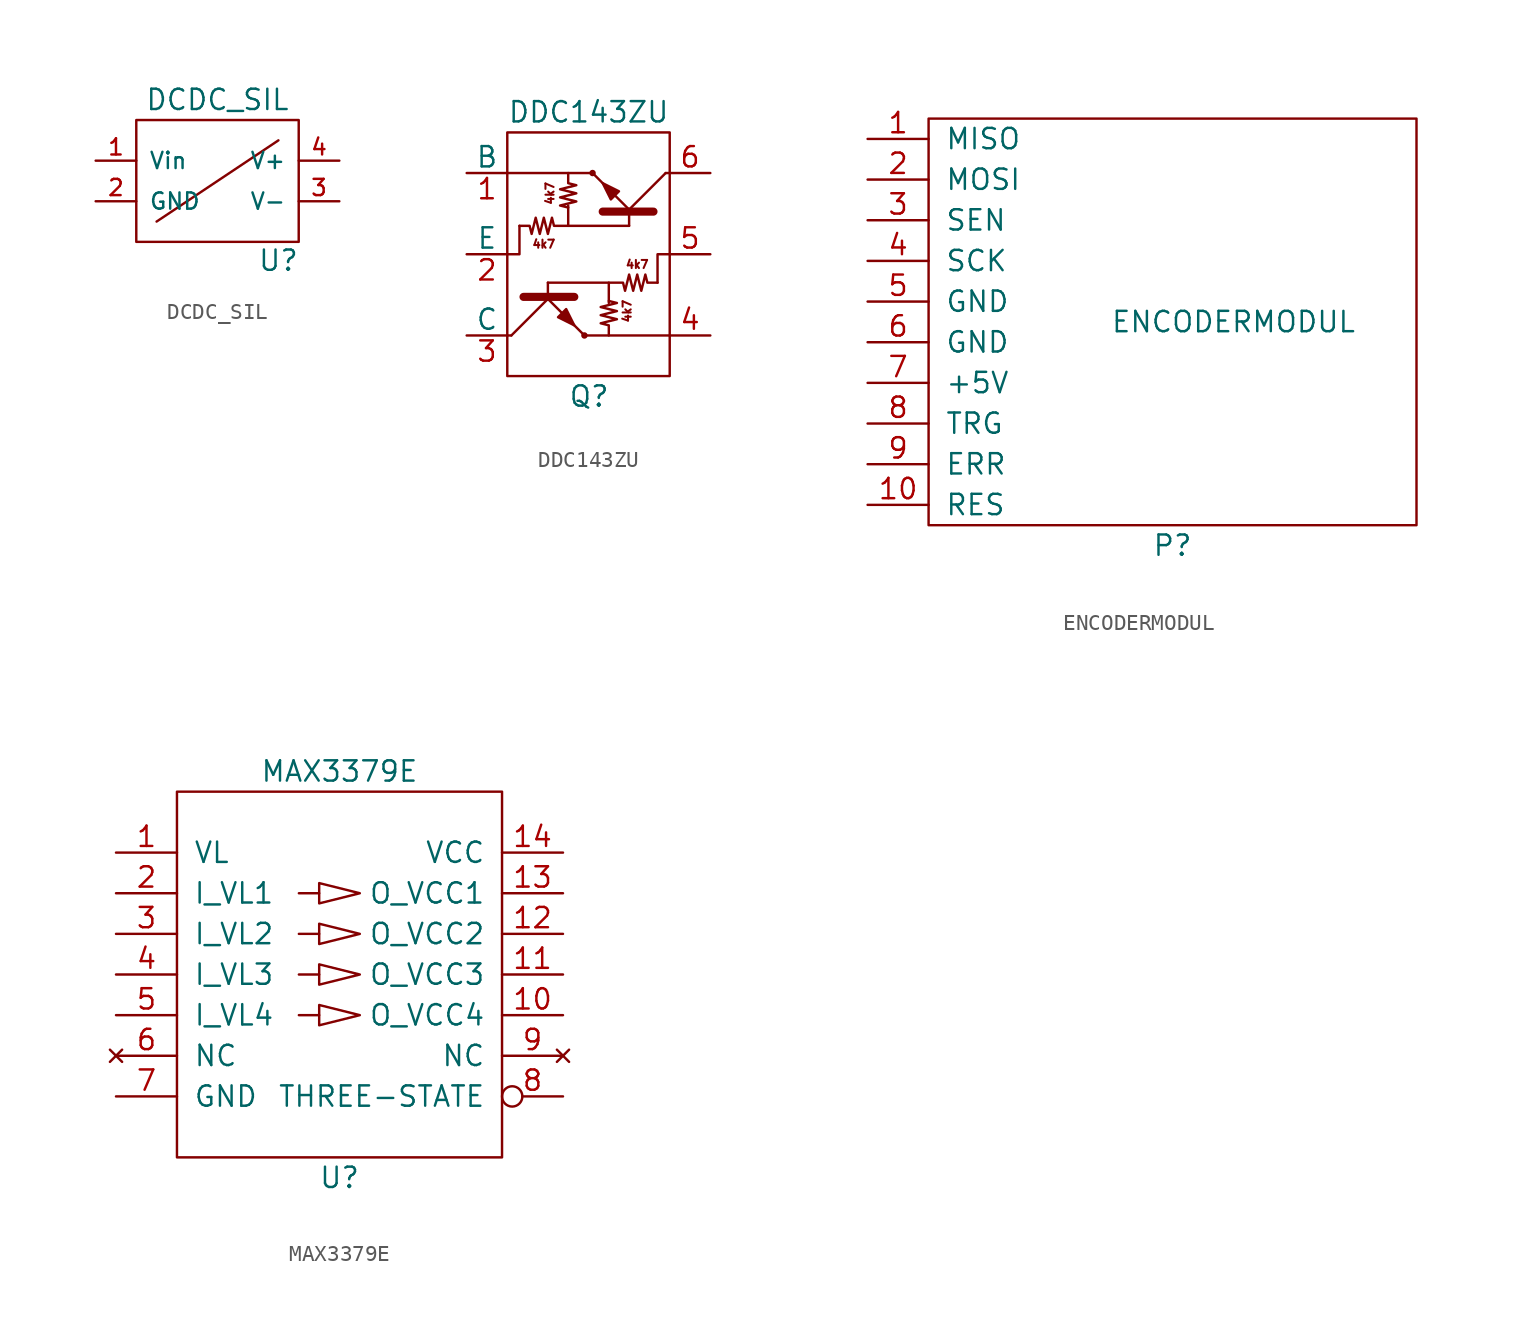
<source format=kicad_sym>
(kicad_symbol_lib
  (version 20231120)
  (generator "kicad_symbol_editor")
  (generator_version "8.0")
  (symbol "DCDC_SIL"
    (pin_names
      (offset 0.762))
    (property "Reference" "U"
      (at 3.81 -4.978 0)
      (effects (font (size 1.27 1.27))))
    (property "Value" "DCDC_SIL"
      (at 0 5.08 0)
      (effects (font (size 1.27 1.27))))
    (property "Datasheet" ""
      (at 0 0 0)
      (effects (font (size 1.27 1.27))))
    (symbol "DCDC_SIL_0_1"
      (rectangle (start -5.08 -3.81) (end 5.08 3.81) (stroke (width 0) (type solid)) (fill (type none)))
      (polyline (pts (xy 3.81 2.54) (xy -3.81 -2.54)) (stroke (width 0) (type solid)) (fill (type none))))
    (symbol "DCDC_SIL_1_1"
      (pin power_in line (at -7.62 1.27 0) (length 2.54) (name "Vin" (effects (font (size 1.016 1.016)))) (number "1" (effects (font (size 1.016 1.016)))))
      (pin power_in line (at -7.62 -1.27 0) (length 2.54) (name "GND" (effects (font (size 1.016 1.016)))) (number "2" (effects (font (size 1.016 1.016)))))
      (pin power_out line (at 7.62 -1.27 180) (length 2.54) (name "V-" (effects (font (size 1.016 1.016)))) (number "3" (effects (font (size 1.016 1.016)))))
      (pin power_out line (at 7.62 1.27 180) (length 2.54) (name "V+" (effects (font (size 1.016 1.016)))) (number "4" (effects (font (size 1.016 1.016)))))))
  (symbol "DDC143ZU"
    (pin_names
      (offset 0))
    (property "Reference" "Q"
      (at -1.27 -8.89 0)
      (effects (font (size 1.27 1.27)) (justify left)))
    (property "Value" "DDC143ZU"
      (at -5.08 8.89 0)
      (effects (font (size 1.27 1.27)) (justify left)))
    (property "Datasheet" ""
      (at 2.54 2.54 90)
      (effects (font (size 1.27 1.27)) (justify left)))
    (symbol "DDC143ZU_0_0"
      (text "4k7" (at -2.794 0.635 0) (effects (font (size 0.508 0.508))))
      (text "4k7" (at -2.413 3.81 900) (effects (font (size 0.508 0.508))))
      (text "4k7" (at 2.413 -3.556 900) (effects (font (size 0.508 0.508))))
      (text "4k7" (at 3.048 -0.635 0) (effects (font (size 0.508 0.508)))))
    (symbol "DDC143ZU_0_1"
      (rectangle (start -5.08 7.62) (end 5.08 -7.62) (stroke (width 0) (type solid)) (fill (type none)))
      (circle (center -0.254 -5.08) (radius 0.127) (stroke (width 0) (type solid)) (fill (type none)))
      (polyline (pts (xy -4.826 -5.08) (xy -5.08 -5.08)) (stroke (width 0) (type solid)) (fill (type none)))
      (polyline (pts (xy -4.064 -2.667) (xy -0.889 -2.667)) (stroke (width 0.508) (type solid)) (fill (type outline)))
      (polyline (pts (xy -2.54 -1.778) (xy -2.54 -2.54)) (stroke (width 0) (type solid)) (fill (type none)))
      (polyline (pts (xy -2.286 -2.54) (xy -4.826 -5.08)) (stroke (width 0) (type solid)) (fill (type none)))
      (polyline (pts (xy -1.27 1.778) (xy -1.27 3.048)) (stroke (width 0) (type solid)) (fill (type none)))
      (polyline (pts (xy -0.254 -5.08) (xy 5.08 -5.08)) (stroke (width 0) (type solid)) (fill (type none)))
      (polyline (pts (xy 0.254 5.08) (xy -5.08 5.08)) (stroke (width 0) (type solid)) (fill (type none)))
      (polyline (pts (xy 1.27 -3.048) (xy 1.27 -1.778)) (stroke (width 0) (type solid)) (fill (type none)))
      (polyline (pts (xy 2.286 2.54) (xy 4.826 5.08)) (stroke (width 0) (type solid)) (fill (type none)))
      (polyline (pts (xy 2.54 1.778) (xy 2.54 2.54)) (stroke (width 0) (type solid)) (fill (type none)))
      (polyline (pts (xy 4.064 2.667) (xy 0.889 2.667)) (stroke (width 0.508) (type solid)) (fill (type outline)))
      (polyline (pts (xy 4.826 5.08) (xy 5.08 5.08)) (stroke (width 0) (type solid)) (fill (type none)))
      (polyline (pts (xy -4.318 1.778) (xy -4.318 0) (xy -5.08 0)) (stroke (width 0) (type solid)) (fill (type none)))
      (polyline (pts (xy -0.254 -5.08) (xy -2.794 -2.54) (xy -2.794 -2.54)) (stroke (width 0) (type solid)) (fill (type none)))
      (polyline (pts (xy 0.254 5.08) (xy 2.794 2.54) (xy 2.794 2.54)) (stroke (width 0) (type solid)) (fill (type none)))
      (polyline (pts (xy 5.08 0) (xy 4.318 0) (xy 4.318 -1.778)) (stroke (width 0) (type solid)) (fill (type none)))
      (polyline (pts (xy -1.397 -3.429) (xy -1.905 -3.937) (xy -0.889 -4.445) (xy -1.397 -3.429)) (stroke (width 0) (type solid)) (fill (type outline)))
      (polyline (pts (xy 1.397 3.429) (xy 1.905 3.937) (xy 0.889 4.445) (xy 1.397 3.429)) (stroke (width 0) (type solid)) (fill (type outline)))
      (polyline (pts (xy -1.27 5.08) (xy -1.27 4.445) (xy -0.762 4.318) (xy -1.778 4.064) (xy -0.762 3.81) (xy -1.778 3.556) (xy -0.762 3.302) (xy -1.778 3.048) (xy -1.27 2.921)) (stroke (width 0) (type solid)) (fill (type none)))
      (polyline (pts (xy 1.27 -5.08) (xy 1.27 -4.445) (xy 0.762 -4.318) (xy 1.778 -4.064) (xy 0.762 -3.81) (xy 1.778 -3.556) (xy 0.762 -3.302) (xy 1.778 -3.048) (xy 1.27 -2.921)) (stroke (width 0) (type solid)) (fill (type none)))
      (polyline (pts (xy -4.318 1.778) (xy -3.683 1.778) (xy -3.556 1.27) (xy -3.302 2.286) (xy -3.048 1.27) (xy -2.794 2.286) (xy -2.54 1.27) (xy -2.286 2.286) (xy -2.159 1.778) (xy 2.54 1.778)) (stroke (width 0) (type solid)) (fill (type none)))
      (polyline (pts (xy 4.318 -1.778) (xy 3.683 -1.778) (xy 3.556 -1.27) (xy 3.302 -2.286) (xy 3.048 -1.27) (xy 2.794 -2.286) (xy 2.54 -1.27) (xy 2.286 -2.286) (xy 2.159 -1.778) (xy -2.54 -1.778)) (stroke (width 0) (type solid)) (fill (type none)))
      (circle (center 0.254 5.08) (radius 0.127) (stroke (width 0) (type solid)) (fill (type none))))
    (symbol "DDC143ZU_1_1"
      (pin input line (at -7.62 5.08 0) (length 2.54) (name "B" (effects (font (size 1.27 1.27)))) (number "1" (effects (font (size 1.27 1.27)))))
      (pin passive line (at -7.62 0 0) (length 2.54) (name "E" (effects (font (size 1.27 1.27)))) (number "2" (effects (font (size 1.27 1.27)))))
      (pin passive line (at -7.62 -5.08 0) (length 2.54) (name "C" (effects (font (size 1.27 1.27)))) (number "3" (effects (font (size 1.27 1.27)))))
      (pin passive line (at 7.62 -5.08 180) (length 2.54) (name "~" (effects (font (size 1.27 1.27)))) (number "4" (effects (font (size 1.27 1.27)))))
      (pin passive line (at 7.62 0 180) (length 2.54) (name "~" (effects (font (size 1.27 1.27)))) (number "5" (effects (font (size 1.27 1.27)))))
      (pin passive line (at 7.62 5.08 180) (length 2.54) (name "~" (effects (font (size 1.27 1.27)))) (number "6" (effects (font (size 1.27 1.27)))))))
  (symbol "ENCODERMODUL"
    (pin_names
      (offset 1.016))
    (property "Reference" "P"
      (at 0 -13.97 0)
      (effects (font (size 1.27 1.27))))
    (property "Value" "ENCODERMODUL"
      (at 3.81 0 0)
      (effects (font (size 1.27 1.27))))
    (symbol "ENCODERMODUL_0_1"
      (rectangle (start -15.24 12.7) (end 15.24 -12.7) (stroke (width 0) (type solid)) (fill (type none))))
    (symbol "ENCODERMODUL_1_1"
      (pin output line (at -19.05 11.43 0) (length 3.81) (name "MISO" (effects (font (size 1.27 1.27)))) (number "1" (effects (font (size 1.27 1.27)))))
      (pin input line (at -19.05 -11.43 0) (length 3.81) (name "RES" (effects (font (size 1.27 1.27)))) (number "10" (effects (font (size 1.27 1.27)))))
      (pin input line (at -19.05 8.89 0) (length 3.81) (name "MOSI" (effects (font (size 1.27 1.27)))) (number "2" (effects (font (size 1.27 1.27)))))
      (pin input line (at -19.05 6.35 0) (length 3.81) (name "SEN" (effects (font (size 1.27 1.27)))) (number "3" (effects (font (size 1.27 1.27)))))
      (pin input line (at -19.05 3.81 0) (length 3.81) (name "SCK" (effects (font (size 1.27 1.27)))) (number "4" (effects (font (size 1.27 1.27)))))
      (pin power_in line (at -19.05 1.27 0) (length 3.81) (name "GND" (effects (font (size 1.27 1.27)))) (number "5" (effects (font (size 1.27 1.27)))))
      (pin power_in line (at -19.05 -1.27 0) (length 3.81) (name "GND" (effects (font (size 1.27 1.27)))) (number "6" (effects (font (size 1.27 1.27)))))
      (pin power_in line (at -19.05 -3.81 0) (length 3.81) (name "+5V" (effects (font (size 1.27 1.27)))) (number "7" (effects (font (size 1.27 1.27)))))
      (pin input line (at -19.05 -6.35 0) (length 3.81) (name "TRG" (effects (font (size 1.27 1.27)))) (number "8" (effects (font (size 1.27 1.27)))))
      (pin output line (at -19.05 -8.89 0) (length 3.81) (name "ERR" (effects (font (size 1.27 1.27)))) (number "9" (effects (font (size 1.27 1.27)))))))
  (symbol "MAX3379E"
    (pin_names
      (offset 1.016))
    (property "Reference" "U"
      (at 0 -8.89 0)
      (effects (font (size 1.27 1.27))))
    (property "Value" "MAX3379E"
      (at 0 16.51 0)
      (effects (font (size 1.27 1.27))))
    (property "Footprint" ""
      (at 0 -2.54 0)
      (effects (font (size 1.27 1.27))))
    (property "Datasheet" ""
      (at 0 -2.54 0)
      (effects (font (size 1.27 1.27))))
    (symbol "MAX3379E_0_1"
      (rectangle (start -10.16 -7.62) (end 10.16 15.24) (stroke (width 0) (type solid)) (fill (type none)))
      (polyline (pts (xy -1.27 1.27) (xy -2.54 1.27)) (stroke (width 0) (type solid)) (fill (type none)))
      (polyline (pts (xy -1.27 3.81) (xy -2.54 3.81)) (stroke (width 0) (type solid)) (fill (type none)))
      (polyline (pts (xy -1.27 6.35) (xy -2.54 6.35)) (stroke (width 0) (type solid)) (fill (type none)))
      (polyline (pts (xy -1.27 8.89) (xy -2.54 8.89)) (stroke (width 0) (type solid)) (fill (type none)))
      (polyline (pts (xy 1.27 1.27) (xy -1.27 1.905) (xy -1.27 0.635) (xy 1.27 1.27)) (stroke (width 0) (type solid)) (fill (type none)))
      (polyline (pts (xy 1.27 3.81) (xy -1.27 4.445) (xy -1.27 3.175) (xy 1.27 3.81)) (stroke (width 0) (type solid)) (fill (type none)))
      (polyline (pts (xy 1.27 6.35) (xy -1.27 6.985) (xy -1.27 5.715) (xy 1.27 6.35)) (stroke (width 0) (type solid)) (fill (type none)))
      (polyline (pts (xy 1.27 8.89) (xy -1.27 9.525) (xy -1.27 8.255) (xy 1.27 8.89)) (stroke (width 0) (type solid)) (fill (type none))))
    (symbol "MAX3379E_1_1"
      (pin power_in line (at -13.97 11.43 0) (length 3.81) (name "VL" (effects (font (size 1.27 1.27)))) (number "1" (effects (font (size 1.27 1.27)))))
      (pin output line (at 13.97 1.27 180) (length 3.81) (name "O_VCC4" (effects (font (size 1.27 1.27)))) (number "10" (effects (font (size 1.27 1.27)))))
      (pin output line (at 13.97 3.81 180) (length 3.81) (name "O_VCC3" (effects (font (size 1.27 1.27)))) (number "11" (effects (font (size 1.27 1.27)))))
      (pin output line (at 13.97 6.35 180) (length 3.81) (name "O_VCC2" (effects (font (size 1.27 1.27)))) (number "12" (effects (font (size 1.27 1.27)))))
      (pin output line (at 13.97 8.89 180) (length 3.81) (name "O_VCC1" (effects (font (size 1.27 1.27)))) (number "13" (effects (font (size 1.27 1.27)))))
      (pin power_in line (at 13.97 11.43 180) (length 3.81) (name "VCC" (effects (font (size 1.27 1.27)))) (number "14" (effects (font (size 1.27 1.27)))))
      (pin input line (at -13.97 8.89 0) (length 3.81) (name "I_VL1" (effects (font (size 1.27 1.27)))) (number "2" (effects (font (size 1.27 1.27)))))
      (pin input line (at -13.97 6.35 0) (length 3.81) (name "I_VL2" (effects (font (size 1.27 1.27)))) (number "3" (effects (font (size 1.27 1.27)))))
      (pin input line (at -13.97 3.81 0) (length 3.81) (name "I_VL3" (effects (font (size 1.27 1.27)))) (number "4" (effects (font (size 1.27 1.27)))))
      (pin input line (at -13.97 1.27 0) (length 3.81) (name "I_VL4" (effects (font (size 1.27 1.27)))) (number "5" (effects (font (size 1.27 1.27)))))
      (pin no_connect line (at -13.97 -1.27 0) (length 3.81) (name "NC" (effects (font (size 1.27 1.27)))) (number "6" (effects (font (size 1.27 1.27)))))
      (pin power_in line (at -13.97 -3.81 0) (length 3.81) (name "GND" (effects (font (size 1.27 1.27)))) (number "7" (effects (font (size 1.27 1.27)))))
      (pin passive inverted (at 13.97 -3.81 180) (length 3.81) (name "THREE-STATE" (effects (font (size 1.27 1.27)))) (number "8" (effects (font (size 1.27 1.27)))))
      (pin no_connect line (at 13.97 -1.27 180) (length 3.81) (name "NC" (effects (font (size 1.27 1.27)))) (number "9" (effects (font (size 1.27 1.27))))))))
</source>
